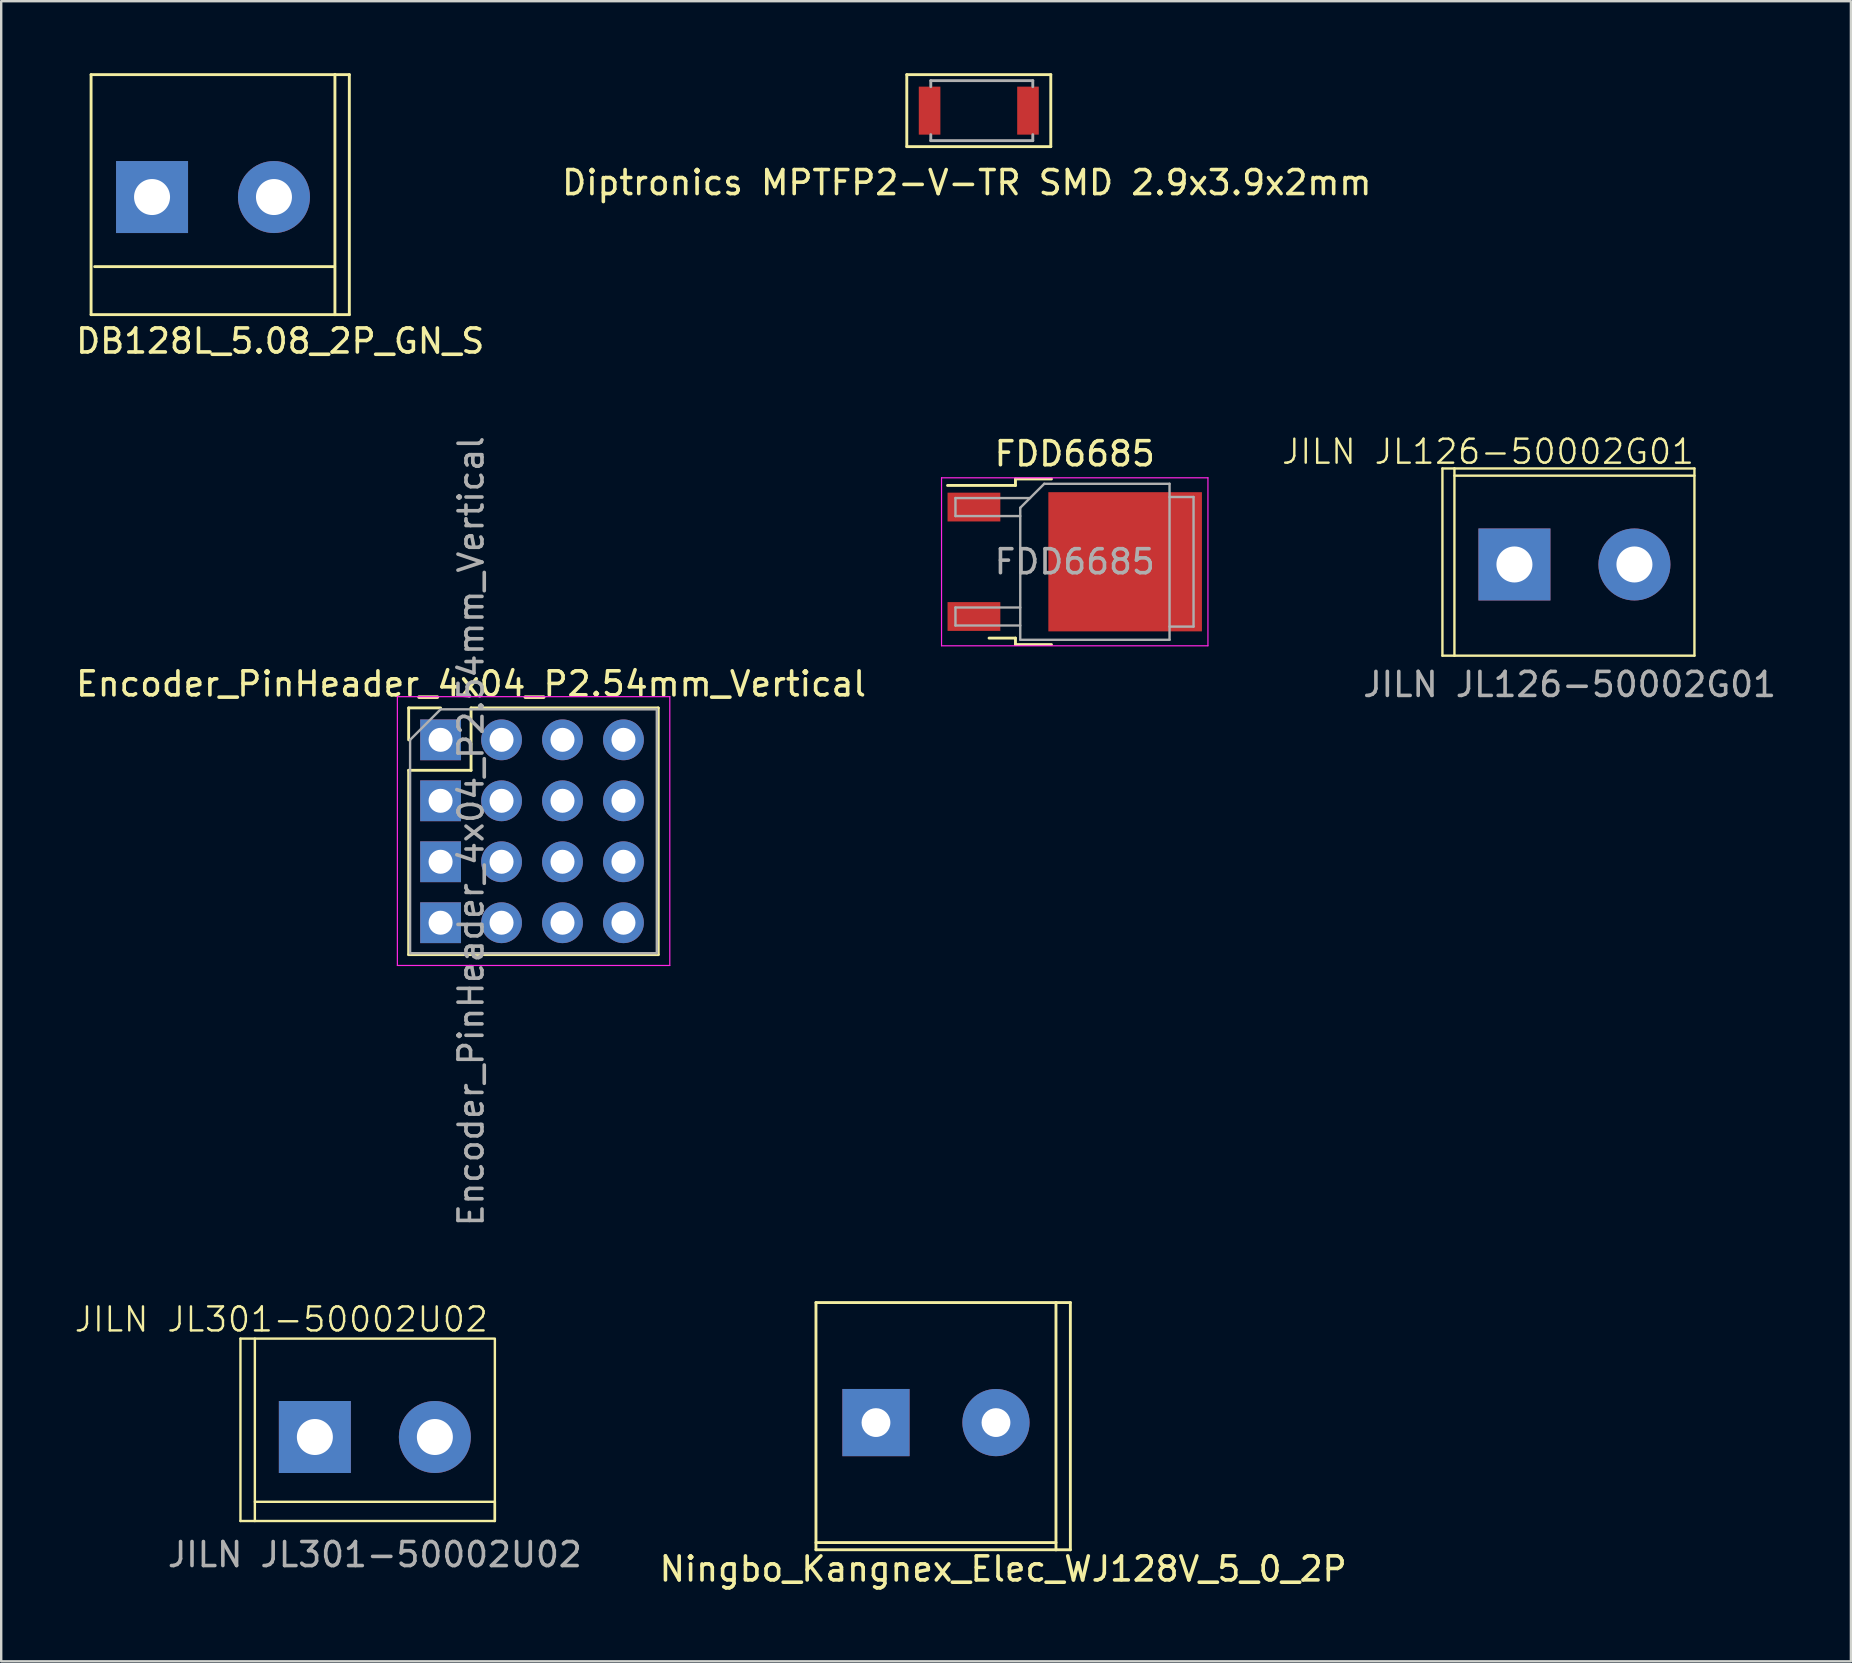
<source format=kicad_pcb>
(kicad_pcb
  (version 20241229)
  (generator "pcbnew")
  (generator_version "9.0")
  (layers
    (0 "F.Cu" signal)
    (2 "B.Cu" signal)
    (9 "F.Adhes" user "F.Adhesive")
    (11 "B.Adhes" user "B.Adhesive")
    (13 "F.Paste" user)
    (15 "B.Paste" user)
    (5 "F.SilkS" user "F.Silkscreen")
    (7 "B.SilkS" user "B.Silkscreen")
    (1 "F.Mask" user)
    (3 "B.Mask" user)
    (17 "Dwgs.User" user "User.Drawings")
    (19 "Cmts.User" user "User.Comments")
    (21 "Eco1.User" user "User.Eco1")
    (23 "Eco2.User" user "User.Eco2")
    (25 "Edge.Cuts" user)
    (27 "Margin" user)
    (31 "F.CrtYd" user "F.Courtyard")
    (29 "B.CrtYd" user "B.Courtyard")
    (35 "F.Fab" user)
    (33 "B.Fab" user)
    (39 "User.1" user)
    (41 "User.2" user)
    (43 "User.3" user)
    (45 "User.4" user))
  (footprint "JILN JL126-50002G01"
    (layer "F.Cu")
    (at 62.55 20.469)
    (property "Reference" "JILN JL126-50002G01" (at -3.6 -4.7 0) (unlocked yes) (layer "F.SilkS") (effects (font (size 1 1) (thickness 0.1))))
    (attr through_hole)
    (fp_line (start -5.5 3.8) (end -5.5 -4) (stroke (width 0.1) (type default)) (layer "F.SilkS"))
    (fp_line (start -5 -4) (end -5.5 -4) (stroke (width 0.1) (type default)) (layer "F.SilkS"))
    (fp_line (start -5 -4) (end -5 3.8) (stroke (width 0.1) (type default)) (layer "F.SilkS"))
    (fp_line (start -5 -4) (end 5 -4) (stroke (width 0.1) (type default)) (layer "F.SilkS"))
    (fp_line (start -5 3.8) (end -5.5 3.8) (stroke (width 0.1) (type default)) (layer "F.SilkS"))
    (fp_line (start -5 3.8) (end 5 3.8) (stroke (width 0.1) (type default)) (layer "F.SilkS"))
    (fp_line (start 5 -3.7) (end -5 -3.7) (stroke (width 0.1) (type default)) (layer "F.SilkS"))
    (fp_line (start 5 3.8) (end 5 -4) (stroke (width 0.1) (type default)) (layer "F.SilkS"))
    (fp_text user "${REFERENCE}" (at -0.2 5 0) (unlocked yes) (layer "F.Fab") (effects (font (size 1 1) (thickness 0.15))))
    (pad "1" thru_hole rect (at -2.5 0) (size 3 3) (drill 1.5) (layers "*.Cu" "*.Mask"))
    (pad "2" thru_hole circle (at 2.5 0) (size 3 3) (drill 1.5) (layers "*.Cu" "*.Mask")))
  (footprint "DB128L_5.08_2P_GN_S"
    (layer "F.Cu")
    (at 5.825 5.06)
    (property "Reference" "DB128L_5.08_2P_GN_S" (at 2.8 6.1 0) (layer "F.SilkS") (effects (font (size 1 1) (thickness 0.15))))
    (attr through_hole)
    (fp_line (start -5.08 -5) (end 5.08 -5) (stroke (width 0.12) (type solid)) (layer "F.SilkS"))
    (fp_line (start -5.08 5) (end -5.08 -5) (stroke (width 0.12) (type solid)) (layer "F.SilkS"))
    (fp_line (start -4.93 3) (end 5.07 3) (stroke (width 0.12) (type solid)) (layer "F.SilkS"))
    (fp_line (start 5.08 -5) (end 5.08 5) (stroke (width 0.12) (type solid)) (layer "F.SilkS"))
    (fp_line (start 5.08 -5) (end 5.68 -5) (stroke (width 0.12) (type solid)) (layer "F.SilkS"))
    (fp_line (start 5.08 5) (end -5.08 5) (stroke (width 0.12) (type solid)) (layer "F.SilkS"))
    (fp_line (start 5.68 -5) (end 5.68 5) (stroke (width 0.12) (type solid)) (layer "F.SilkS"))
    (fp_line (start 5.68 5) (end 5.08 5) (stroke (width 0.12) (type solid)) (layer "F.SilkS"))
    (pad "1" thru_hole rect (at -2.54 0.1 90) (size 3 3) (drill 1.5) (layers "*.Cu" "*.Mask"))
    (pad "2" thru_hole circle (at 2.54 0.1) (size 3 3) (drill 1.5) (layers "*.Cu" "*.Mask")))
  (footprint "Diptronics MPTFP2-V-TR SMD 2.9x3.9x2mm"
    (layer "F.Cu")
    (at 37.732 1.56)
    (property "Reference" "Diptronics MPTFP2-V-TR SMD 2.9x3.9x2mm" (at -0.5 3 0) (layer "F.SilkS") (effects (font (size 1 1) (thickness 0.15))))
    (attr through_hole)
    (fp_line (start -3 -1.5) (end -3 1.5) (stroke (width 0.12) (type solid)) (layer "F.SilkS"))
    (fp_line (start -3 -1.5) (end 3 -1.5) (stroke (width 0.12) (type solid)) (layer "F.SilkS"))
    (fp_line (start 3 -1.5) (end 3 1.5) (stroke (width 0.12) (type solid)) (layer "F.SilkS"))
    (fp_line (start 3 1.5) (end -3 1.5) (stroke (width 0.12) (type solid)) (layer "F.SilkS"))
    (fp_line (start -2 -1.25) (end 2.25 -1.25) (stroke (width 0.12) (type solid)) (layer "F.Fab"))
    (fp_line (start -2 -1) (end -2 -1.25) (stroke (width 0.12) (type solid)) (layer "F.Fab"))
    (fp_line (start -2 1.25) (end -2 1) (stroke (width 0.12) (type solid)) (layer "F.Fab"))
    (fp_line (start 2.25 -1.25) (end 2.25 -1) (stroke (width 0.12) (type solid)) (layer "F.Fab"))
    (fp_line (start 2.25 1) (end 2.25 1.25) (stroke (width 0.12) (type solid)) (layer "F.Fab"))
    (fp_line (start 2.25 1.25) (end -2 1.25) (stroke (width 0.12) (type solid)) (layer "F.Fab"))
    (pad "1" smd rect (at -2.05 0) (size 0.9 2) (layers "F.Cu" "F.Mask" "F.Paste"))
    (pad "2" smd rect (at 2.05 0) (size 0.9 2) (layers "F.Cu" "F.Mask" "F.Paste")))
  (footprint "JILN JL301-50002U02"
    (layer "F.Cu")
    (at 12.569 56.524)
    (property "Reference" "JILN JL301-50002U02" (at -3.9 -4.6 0) (unlocked yes) (layer "F.SilkS") (effects (font (size 1 1) (thickness 0.1))))
    (attr through_hole)
    (fp_line (start -5.6 -3.8) (end -5.6 3.8) (stroke (width 0.1) (type default)) (layer "F.SilkS"))
    (fp_line (start -5.6 3.8) (end -5 3.8) (stroke (width 0.1) (type default)) (layer "F.SilkS"))
    (fp_line (start -5 -3.8) (end -5.6 -3.8) (stroke (width 0.1) (type default)) (layer "F.SilkS"))
    (fp_line (start 5 3) (end -5 3) (stroke (width 0.1) (type default)) (layer "F.SilkS"))
    (fp_line (start 5 3.8) (end 5 3) (stroke (width 0.1) (type default)) (layer "F.SilkS"))
    (fp_rect (start -5 -3.8) (end 5 3.8) (stroke (width 0.1) (type default)) (fill no) (layer "F.SilkS"))
    (fp_text user "${REFERENCE}" (at 0 5.2 0) (unlocked yes) (layer "F.Fab") (effects (font (size 1 1) (thickness 0.15))))
    (pad "1" thru_hole rect (at -2.5 0.3) (size 3 3) (drill 1.5) (layers "*.Cu" "*.Mask"))
    (pad "2" thru_hole circle (at 2.5 0.3) (size 3 3) (drill 1.5) (layers "*.Cu" "*.Mask")))
  (footprint "Encoder_PinHeader_4x04_P2.54mm_Vertical"
    (layer "F.Cu")
    (at 15.307 27.776)
    (property "Reference" "Encoder_PinHeader_4x04_P2.54mm_Vertical" (at 1.27 -2.33 0) (layer "F.SilkS") (effects (font (size 1 1) (thickness 0.15))))
    (attr through_hole)
    (fp_line (start -1.33 -1.33) (end 0 -1.33) (stroke (width 0.12) (type solid)) (layer "F.SilkS"))
    (fp_line (start -1.33 0) (end -1.33 -1.33) (stroke (width 0.12) (type solid)) (layer "F.SilkS"))
    (fp_line (start -1.33 1.27) (end -1.33 8.95) (stroke (width 0.12) (type solid)) (layer "F.SilkS"))
    (fp_line (start -1.33 1.27) (end 1.27 1.27) (stroke (width 0.12) (type solid)) (layer "F.SilkS"))
    (fp_line (start -1.33 8.95) (end 9.07 8.95) (stroke (width 0.12) (type solid)) (layer "F.SilkS"))
    (fp_line (start 1.27 -1.33) (end 9.07 -1.33) (stroke (width 0.12) (type solid)) (layer "F.SilkS"))
    (fp_line (start 1.27 1.27) (end 1.27 -1.33) (stroke (width 0.12) (type solid)) (layer "F.SilkS"))
    (fp_line (start 9.07 -1.33) (end 9.07 8.95) (stroke (width 0.12) (type solid)) (layer "F.SilkS"))
    (fp_line (start -1.8 -1.8) (end -1.8 9.4) (stroke (width 0.05) (type solid)) (layer "F.CrtYd"))
    (fp_line (start -1.8 9.4) (end 9.55 9.4) (stroke (width 0.05) (type solid)) (layer "F.CrtYd"))
    (fp_line (start 9.55 -1.8) (end -1.8 -1.8) (stroke (width 0.05) (type solid)) (layer "F.CrtYd"))
    (fp_line (start 9.55 9.4) (end 9.55 -1.8) (stroke (width 0.05) (type solid)) (layer "F.CrtYd"))
    (fp_line (start -1.27 0) (end 0 -1.27) (stroke (width 0.1) (type solid)) (layer "F.Fab"))
    (fp_line (start -1.27 8.89) (end -1.27 0) (stroke (width 0.1) (type solid)) (layer "F.Fab"))
    (fp_line (start 0 -1.27) (end 9 -1.27) (stroke (width 0.1) (type solid)) (layer "F.Fab"))
    (fp_line (start 9 8.89) (end -1.27 8.89) (stroke (width 0.1) (type solid)) (layer "F.Fab"))
    (fp_line (start 9.01 -1.27) (end 9.01 8.89) (stroke (width 0.1) (type solid)) (layer "F.Fab"))
    (fp_text user "${REFERENCE}" (at 1.27 3.81 90) (layer "F.Fab") (effects (font (size 1 1) (thickness 0.15))))
    (pad "1" thru_hole rect (at 0 0) (size 1.7 1.7) (drill 1) (layers "*.Cu" "*.Mask"))
    (pad "1" thru_hole rect (at 0 2.54) (size 1.7 1.7) (drill 1) (layers "*.Cu" "*.Mask"))
    (pad "1" thru_hole rect (at 0 5.08) (size 1.7 1.7) (drill 1) (layers "*.Cu" "*.Mask"))
    (pad "1" thru_hole rect (at 0 7.62) (size 1.7 1.7) (drill 1) (layers "*.Cu" "*.Mask"))
    (pad "2" thru_hole oval (at 2.54 0) (size 1.7 1.7) (drill 1) (layers "*.Cu" "*.Mask"))
    (pad "2" thru_hole oval (at 2.54 2.54) (size 1.7 1.7) (drill 1) (layers "*.Cu" "*.Mask"))
    (pad "2" thru_hole oval (at 2.54 5.08) (size 1.7 1.7) (drill 1) (layers "*.Cu" "*.Mask"))
    (pad "2" thru_hole oval (at 2.54 7.62) (size 1.7 1.7) (drill 1) (layers "*.Cu" "*.Mask"))
    (pad "3" thru_hole oval (at 5.08 0) (size 1.7 1.7) (drill 1) (layers "*.Cu" "*.Mask"))
    (pad "4" thru_hole oval (at 7.62 0) (size 1.7 1.7) (drill 1) (layers "*.Cu" "*.Mask"))
    (pad "5" thru_hole oval (at 5.08 2.54) (size 1.7 1.7) (drill 1) (layers "*.Cu" "*.Mask"))
    (pad "6" thru_hole oval (at 7.62 2.54) (size 1.7 1.7) (drill 1) (layers "*.Cu" "*.Mask"))
    (pad "7" thru_hole oval (at 5.08 5.08) (size 1.7 1.7) (drill 1) (layers "*.Cu" "*.Mask"))
    (pad "8" thru_hole oval (at 7.62 5.08) (size 1.7 1.7) (drill 1) (layers "*.Cu" "*.Mask"))
    (pad "9" thru_hole oval (at 5.08 7.62) (size 1.7 1.7) (drill 1) (layers "*.Cu" "*.Mask"))
    (pad "10" thru_hole oval (at 7.62 7.62) (size 1.7 1.7) (drill 1) (layers "*.Cu" "*.Mask")))
  (footprint "Ningbo_Kangnex_Elec_WJ128V_5_0_2P"
    (layer "F.Cu")
    (at 35.948 56.223)
    (property "Reference" "Ningbo_Kangnex_Elec_WJ128V_5_0_2P" (at 2.8 6.1 0) (layer "F.SilkS") (effects (font (size 1 1) (thickness 0.15))))
    (attr through_hole)
    (fp_line (start -5 -5) (end 5 -5) (stroke (width 0.12) (type solid)) (layer "F.SilkS"))
    (fp_line (start -5 5) (end 5 5) (stroke (width 0.12) (type solid)) (layer "F.SilkS"))
    (fp_line (start -5 5.3) (end -5 -5) (stroke (width 0.12) (type solid)) (layer "F.SilkS"))
    (fp_line (start 5 -5) (end 5 5.3) (stroke (width 0.12) (type solid)) (layer "F.SilkS"))
    (fp_line (start 5 -5) (end 5.6 -5) (stroke (width 0.12) (type solid)) (layer "F.SilkS"))
    (fp_line (start 5 5.3) (end -5 5.3) (stroke (width 0.12) (type solid)) (layer "F.SilkS"))
    (fp_line (start 5.6 -5) (end 5.6 5.3) (stroke (width 0.12) (type solid)) (layer "F.SilkS"))
    (fp_line (start 5.6 5.3) (end 5 5.3) (stroke (width 0.12) (type solid)) (layer "F.SilkS"))
    (pad "1" thru_hole rect (at -2.5 0 90) (size 2.8 2.8) (drill 1.2) (layers "*.Cu" "*.Mask"))
    (pad "2" thru_hole circle (at 2.5 0) (size 2.8 2.8) (drill 1.2) (layers "*.Cu" "*.Mask")))
  (footprint "FDD6685"
    (layer "F.Cu")
    (at 41.73 20.357)
    (property "Reference" "FDD6685" (at 0 -4.5 0) (layer "F.SilkS") (effects (font (size 1 1) (thickness 0.15))))
    (attr smd)
    (fp_line (start -2.47 -3.45) (end -2.47 -3.18) (stroke (width 0.12) (type solid)) (layer "F.SilkS"))
    (fp_line (start -2.47 -3.18) (end -5.3 -3.18) (stroke (width 0.12) (type solid)) (layer "F.SilkS"))
    (fp_line (start -2.47 3.18) (end -3.57 3.18) (stroke (width 0.12) (type solid)) (layer "F.SilkS"))
    (fp_line (start -2.47 3.45) (end -2.47 3.18) (stroke (width 0.12) (type solid)) (layer "F.SilkS"))
    (fp_line (start -0.97 -3.45) (end -2.47 -3.45) (stroke (width 0.12) (type solid)) (layer "F.SilkS"))
    (fp_line (start -0.97 3.45) (end -2.47 3.45) (stroke (width 0.12) (type solid)) (layer "F.SilkS"))
    (fp_line (start -5.55 -3.5) (end -5.55 3.5) (stroke (width 0.05) (type solid)) (layer "F.CrtYd"))
    (fp_line (start -5.55 3.5) (end 5.55 3.5) (stroke (width 0.05) (type solid)) (layer "F.CrtYd"))
    (fp_line (start 5.55 -3.5) (end -5.55 -3.5) (stroke (width 0.05) (type solid)) (layer "F.CrtYd"))
    (fp_line (start 5.55 3.5) (end 5.55 -3.5) (stroke (width 0.05) (type solid)) (layer "F.CrtYd"))
    (fp_line (start -4.97 -2.655) (end -4.97 -1.905) (stroke (width 0.1) (type solid)) (layer "F.Fab"))
    (fp_line (start -4.97 -1.905) (end -2.27 -1.905) (stroke (width 0.1) (type solid)) (layer "F.Fab"))
    (fp_line (start -4.97 1.905) (end -4.97 2.655) (stroke (width 0.1) (type solid)) (layer "F.Fab"))
    (fp_line (start -4.97 2.655) (end -2.27 2.655) (stroke (width 0.1) (type solid)) (layer "F.Fab"))
    (fp_line (start -2.27 -2.25) (end -1.27 -3.25) (stroke (width 0.1) (type solid)) (layer "F.Fab"))
    (fp_line (start -2.27 1.905) (end -4.97 1.905) (stroke (width 0.1) (type solid)) (layer "F.Fab"))
    (fp_line (start -2.27 3.25) (end -2.27 -2.25) (stroke (width 0.1) (type solid)) (layer "F.Fab"))
    (fp_line (start -1.865 -2.655) (end -4.97 -2.655) (stroke (width 0.1) (type solid)) (layer "F.Fab"))
    (fp_line (start -1.27 -3.25) (end 3.95 -3.25) (stroke (width 0.1) (type solid)) (layer "F.Fab"))
    (fp_line (start 3.95 -3.25) (end 3.95 3.25) (stroke (width 0.1) (type solid)) (layer "F.Fab"))
    (fp_line (start 3.95 -2.7) (end 4.95 -2.7) (stroke (width 0.1) (type solid)) (layer "F.Fab"))
    (fp_line (start 3.95 3.25) (end -2.27 3.25) (stroke (width 0.1) (type solid)) (layer "F.Fab"))
    (fp_line (start 4.95 -2.7) (end 4.95 2.7) (stroke (width 0.1) (type solid)) (layer "F.Fab"))
    (fp_line (start 4.95 2.7) (end 3.95 2.7) (stroke (width 0.1) (type solid)) (layer "F.Fab"))
    (fp_text user "${REFERENCE}" (at 0 0 0) (layer "F.Fab") (effects (font (size 1 1) (thickness 0.15))))
    (pad "" smd rect (at 0.425 -1.525) (size 3.05 2.75) (layers "F.Paste"))
    (pad "" smd rect (at 0.425 1.525) (size 3.05 2.75) (layers "F.Paste"))
    (pad "" smd rect (at 3.775 -1.525) (size 3.05 2.75) (layers "F.Paste"))
    (pad "" smd rect (at 3.775 1.525) (size 3.05 2.75) (layers "F.Paste"))
    (pad "1" smd rect (at 2.1 0) (size 6.4 5.8) (layers "F.Cu" "F.Mask"))
    (pad "2" smd rect (at -4.2 2.28) (size 2.2 1.2) (layers "F.Cu" "F.Mask" "F.Paste"))
    (pad "3" smd rect (at -4.2 -2.28) (size 2.2 1.2) (layers "F.Cu" "F.Mask" "F.Paste")))
  (gr_rect
    (start -3 -3)
    (end 74.07 66.171)
    (stroke (width 0.1) (type default))
    (fill no)
    (layer "Edge.Cuts")))
</source>
